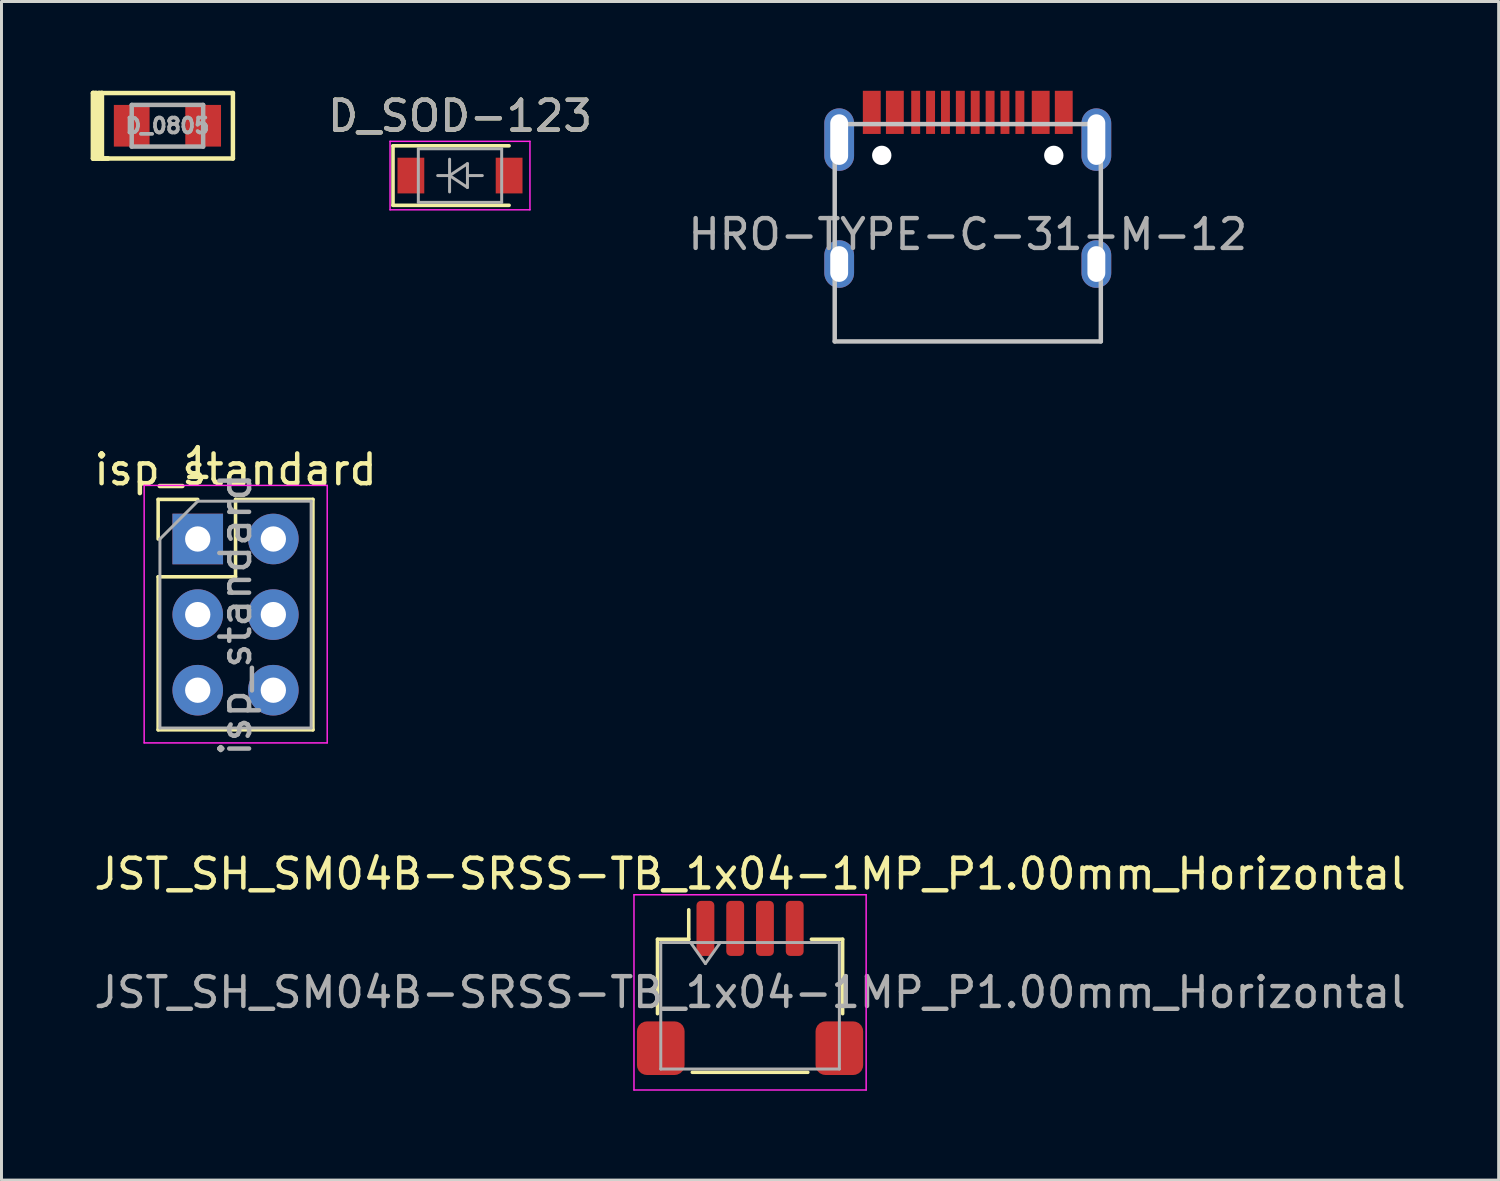
<source format=kicad_pcb>
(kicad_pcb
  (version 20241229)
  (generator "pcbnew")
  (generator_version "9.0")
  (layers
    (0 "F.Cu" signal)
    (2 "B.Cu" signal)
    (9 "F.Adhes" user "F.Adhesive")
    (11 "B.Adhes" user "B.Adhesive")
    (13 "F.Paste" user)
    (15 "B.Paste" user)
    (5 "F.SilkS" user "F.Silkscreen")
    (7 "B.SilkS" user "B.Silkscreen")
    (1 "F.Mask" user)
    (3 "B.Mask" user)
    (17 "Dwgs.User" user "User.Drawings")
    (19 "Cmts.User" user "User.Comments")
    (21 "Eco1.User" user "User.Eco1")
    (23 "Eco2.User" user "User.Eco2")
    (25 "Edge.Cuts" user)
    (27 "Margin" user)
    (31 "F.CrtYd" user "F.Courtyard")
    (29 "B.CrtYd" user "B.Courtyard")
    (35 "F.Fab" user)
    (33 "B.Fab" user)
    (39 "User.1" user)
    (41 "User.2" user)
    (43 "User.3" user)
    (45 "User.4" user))
  (footprint "HRO-TYPE-C-31-M-12"
    (layer "F.Cu")
    (at 29.463 8.42)
    (property "Reference" "HRO-TYPE-C-31-M-12" (at 0 -3.597 0) (layer "F.Fab") (effects (font (size 1 1) (thickness 0.15))))
    (attr through_hole)
    (fp_line (start -4.47 -7.3) (end 4.47 -7.3) (stroke (width 0.15) (type solid)) (layer "Dwgs.User"))
    (fp_line (start -4.47 0) (end -4.47 -7.3) (stroke (width 0.15) (type solid)) (layer "Dwgs.User"))
    (fp_line (start -4.47 0) (end 4.47 0) (stroke (width 0.15) (type solid)) (layer "Dwgs.User"))
    (fp_line (start 4.47 0) (end 4.47 -7.3) (stroke (width 0.15) (type solid)) (layer "Dwgs.User"))
    (pad "" np_thru_hole circle (at -2.89 -6.25 180) (size 0.65 0.65) (drill 0.65) (layers "*.Cu" "*.Mask"))
    (pad "" np_thru_hole circle (at 2.89 -6.25 180) (size 0.65 0.65) (drill 0.65) (layers "*.Cu" "*.Mask"))
    (pad "1" smd rect (at -3.225 -7.695 180) (size 0.6 1.45) (layers "F.Cu" "F.Mask" "F.Paste"))
    (pad "2" smd rect (at -2.45 -7.695 180) (size 0.6 1.45) (layers "F.Cu" "F.Mask" "F.Paste"))
    (pad "3" smd rect (at -1.75 -7.695 180) (size 0.3 1.45) (layers "F.Cu" "F.Mask" "F.Paste"))
    (pad "4" smd rect (at -1.25 -7.695 180) (size 0.3 1.45) (layers "F.Cu" "F.Mask" "F.Paste"))
    (pad "5" smd rect (at -0.75 -7.695 180) (size 0.3 1.45) (layers "F.Cu" "F.Mask" "F.Paste"))
    (pad "6" smd rect (at -0.25 -7.695 180) (size 0.3 1.45) (layers "F.Cu" "F.Mask" "F.Paste"))
    (pad "7" smd rect (at 0.25 -7.695 180) (size 0.3 1.45) (layers "F.Cu" "F.Mask" "F.Paste"))
    (pad "8" smd rect (at 0.75 -7.695 180) (size 0.3 1.45) (layers "F.Cu" "F.Mask" "F.Paste"))
    (pad "9" smd rect (at 1.25 -7.695 180) (size 0.3 1.45) (layers "F.Cu" "F.Mask" "F.Paste"))
    (pad "10" smd rect (at 1.75 -7.695 180) (size 0.3 1.45) (layers "F.Cu" "F.Mask" "F.Paste"))
    (pad "11" smd rect (at 2.45 -7.695 180) (size 0.6 1.45) (layers "F.Cu" "F.Mask" "F.Paste"))
    (pad "12" smd rect (at 3.225 -7.695 180) (size 0.6 1.45) (layers "F.Cu" "F.Mask" "F.Paste"))
    (pad "13" thru_hole oval (at -4.32 -6.78 180) (size 1 2.1) (drill oval 0.6 1.7) (layers "*.Cu" "*.Mask"))
    (pad "13" thru_hole oval (at -4.32 -2.6 180) (size 1 1.6) (drill oval 0.6 1.2) (layers "*.Cu" "*.Mask"))
    (pad "13" thru_hole oval (at 4.32 -6.78 180) (size 1 2.1) (drill oval 0.6 1.7) (layers "*.Cu" "*.Mask"))
    (pad "13" thru_hole oval (at 4.32 -2.6 180) (size 1 1.6) (drill oval 0.6 1.2) (layers "*.Cu" "*.Mask")))
  (footprint "isp_standard"
    (layer "F.Cu")
    (at 4.863 17.598)
    (property "Reference" "isp_standard" (at 0 -4.87 180) (layer "F.SilkS") (effects (font (size 1 1) (thickness 0.15))))
    (attr through_hole)
    (fp_line (start -2.6 -3.87) (end -1.27 -3.87) (stroke (width 0.12) (type solid)) (layer "F.SilkS"))
    (fp_line (start -2.6 -2.54) (end -2.6 -3.87) (stroke (width 0.12) (type solid)) (layer "F.SilkS"))
    (fp_line (start -2.6 -1.27) (end -2.6 3.87) (stroke (width 0.12) (type solid)) (layer "F.SilkS"))
    (fp_line (start -2.6 -1.27) (end 0 -1.27) (stroke (width 0.12) (type solid)) (layer "F.SilkS"))
    (fp_line (start -2.6 3.87) (end 2.6 3.87) (stroke (width 0.12) (type solid)) (layer "F.SilkS"))
    (fp_line (start 0 -3.87) (end 2.6 -3.87) (stroke (width 0.12) (type solid)) (layer "F.SilkS"))
    (fp_line (start 0 -1.27) (end 0 -3.87) (stroke (width 0.12) (type solid)) (layer "F.SilkS"))
    (fp_line (start 2.6 -3.87) (end 2.6 3.87) (stroke (width 0.12) (type solid)) (layer "F.SilkS"))
    (fp_line (start -3.07 -4.34) (end -3.07 4.31) (stroke (width 0.05) (type solid)) (layer "F.CrtYd"))
    (fp_line (start -3.07 4.31) (end 3.08 4.31) (stroke (width 0.05) (type solid)) (layer "F.CrtYd"))
    (fp_line (start 3.08 -4.34) (end -3.07 -4.34) (stroke (width 0.05) (type solid)) (layer "F.CrtYd"))
    (fp_line (start 3.08 4.31) (end 3.08 -4.34) (stroke (width 0.05) (type solid)) (layer "F.CrtYd"))
    (fp_line (start -2.54 -2.54) (end -1.27 -3.81) (stroke (width 0.1) (type solid)) (layer "F.Fab"))
    (fp_line (start -2.54 3.81) (end -2.54 -2.54) (stroke (width 0.1) (type solid)) (layer "F.Fab"))
    (fp_line (start -1.27 -3.81) (end 2.54 -3.81) (stroke (width 0.1) (type solid)) (layer "F.Fab"))
    (fp_line (start 2.54 -3.81) (end 2.54 3.81) (stroke (width 0.1) (type solid)) (layer "F.Fab"))
    (fp_line (start 2.54 3.81) (end -2.54 3.81) (stroke (width 0.1) (type solid)) (layer "F.Fab"))
    (fp_text user "1" (at -1.27 -5.08 0) (layer "F.SilkS") (effects (font (size 1 1) (thickness 0.15))))
    (fp_text user "${REFERENCE}" (at 0 0 90) (layer "F.Fab") (effects (font (size 1 1) (thickness 0.15))))
    (pad "1" thru_hole rect (at -1.27 -2.54 180) (size 1.7 1.7) (drill 0.85) (layers "*.Cu" "*.Mask"))
    (pad "2" thru_hole oval (at 1.27 -2.54 180) (size 1.7 1.7) (drill 0.85) (layers "*.Cu" "*.Mask"))
    (pad "3" thru_hole oval (at -1.27 0 180) (size 1.7 1.7) (drill 0.85) (layers "*.Cu" "*.Mask"))
    (pad "4" thru_hole oval (at 1.27 0 180) (size 1.7 1.7) (drill 0.85) (layers "*.Cu" "*.Mask"))
    (pad "5" thru_hole oval (at -1.27 2.54 180) (size 1.7 1.7) (drill 0.85) (layers "*.Cu" "*.Mask"))
    (pad "6" thru_hole oval (at 1.27 2.54 180) (size 1.7 1.7) (drill 0.85) (layers "*.Cu" "*.Mask")))
  (footprint "JST_SH_SM04B-SRSS-TB_1x04-1MP_P1.00mm_Horizontal"
    (layer "F.Cu")
    (at 22.149 30.29)
    (property "Reference" "JST_SH_SM04B-SRSS-TB_1x04-1MP_P1.00mm_Horizontal" (at 0 -3.98 180) (layer "F.SilkS") (effects (font (size 1 1) (thickness 0.15))))
    (attr smd)
    (fp_line (start -3.11 -1.785) (end -2.06 -1.785) (stroke (width 0.12) (type solid)) (layer "F.SilkS"))
    (fp_line (start -3.11 0.715) (end -3.11 -1.785) (stroke (width 0.12) (type solid)) (layer "F.SilkS"))
    (fp_line (start -2.06 -1.785) (end -2.06 -2.775) (stroke (width 0.12) (type solid)) (layer "F.SilkS"))
    (fp_line (start -1.94 2.685) (end 1.94 2.685) (stroke (width 0.12) (type solid)) (layer "F.SilkS"))
    (fp_line (start 3.11 -1.785) (end 2.06 -1.785) (stroke (width 0.12) (type solid)) (layer "F.SilkS"))
    (fp_line (start 3.11 0.715) (end 3.11 -1.785) (stroke (width 0.12) (type solid)) (layer "F.SilkS"))
    (fp_line (start -3.9 -3.28) (end -3.9 3.28) (stroke (width 0.05) (type solid)) (layer "F.CrtYd"))
    (fp_line (start -3.9 3.28) (end 3.9 3.28) (stroke (width 0.05) (type solid)) (layer "F.CrtYd"))
    (fp_line (start 3.9 -3.28) (end -3.9 -3.28) (stroke (width 0.05) (type solid)) (layer "F.CrtYd"))
    (fp_line (start 3.9 3.28) (end 3.9 -3.28) (stroke (width 0.05) (type solid)) (layer "F.CrtYd"))
    (fp_line (start -3 -1.675) (end -3 2.575) (stroke (width 0.1) (type solid)) (layer "F.Fab"))
    (fp_line (start -3 -1.675) (end 3 -1.675) (stroke (width 0.1) (type solid)) (layer "F.Fab"))
    (fp_line (start -3 2.575) (end 3 2.575) (stroke (width 0.1) (type solid)) (layer "F.Fab"))
    (fp_line (start -2 -1.675) (end -1.5 -0.968) (stroke (width 0.1) (type solid)) (layer "F.Fab"))
    (fp_line (start -1.5 -0.968) (end -1 -1.675) (stroke (width 0.1) (type solid)) (layer "F.Fab"))
    (fp_line (start 3 -1.675) (end 3 2.575) (stroke (width 0.1) (type solid)) (layer "F.Fab"))
    (fp_text user "${REFERENCE}" (at 0 0 180) (layer "F.Fab") (effects (font (size 1 1) (thickness 0.15))))
    (pad "1" smd roundrect (at -1.5 -2.15 180) (size 0.6 1.85) (layers "F.Cu" "F.Mask" "F.Paste") (roundrect_rratio 0.25))
    (pad "2" smd roundrect (at -0.5 -2.15 180) (size 0.6 1.85) (layers "F.Cu" "F.Mask" "F.Paste") (roundrect_rratio 0.25))
    (pad "3" smd roundrect (at 0.5 -2.15 180) (size 0.6 1.85) (layers "F.Cu" "F.Mask" "F.Paste") (roundrect_rratio 0.25))
    (pad "4" smd roundrect (at 1.5 -2.15 180) (size 0.6 1.85) (layers "F.Cu" "F.Mask" "F.Paste") (roundrect_rratio 0.25))
    (pad "MP" smd roundrect (at -3 1.875 180) (size 1.6 1.8) (layers "F.Cu" "F.Mask" "F.Paste") (roundrect_rratio 0.208))
    (pad "MP" smd roundrect (at 3 1.875 180) (size 1.6 1.8) (layers "F.Cu" "F.Mask" "F.Paste") (roundrect_rratio 0.208)))
  (footprint "D_0805"
    (layer "F.Cu")
    (at 2.575 1.175)
    (property "Reference" "D_0805" (at 0 0 0) (layer "F.Fab") (effects (font (size 0.5 0.5) (thickness 0.125))))
    (attr smd)
    (fp_line (start -2.5 -1.1) (end -2.5 1.1) (stroke (width 0.15) (type solid)) (layer "F.SilkS"))
    (fp_line (start -2.5 -1.1) (end -2.2 -1.1) (stroke (width 0.15) (type solid)) (layer "F.SilkS"))
    (fp_line (start -2.5 1.1) (end -2.5 -1.1) (stroke (width 0.15) (type solid)) (layer "F.SilkS"))
    (fp_line (start -2.5 1.1) (end -2 1.1) (stroke (width 0.15) (type solid)) (layer "F.SilkS"))
    (fp_line (start -2.4 -1.1) (end -2.5 -1.1) (stroke (width 0.15) (type solid)) (layer "F.SilkS"))
    (fp_line (start -2.4 1.1) (end -2.4 -1.1) (stroke (width 0.15) (type solid)) (layer "F.SilkS"))
    (fp_line (start -2.3 -1.1) (end -2.3 1.1) (stroke (width 0.15) (type solid)) (layer "F.SilkS"))
    (fp_line (start -2.3 1.1) (end -2.4 1.1) (stroke (width 0.15) (type solid)) (layer "F.SilkS"))
    (fp_line (start -2.2 -1.1) (end -2.3 -1.1) (stroke (width 0.15) (type solid)) (layer "F.SilkS"))
    (fp_line (start -2.2 -1.1) (end 2.2 -1.1) (stroke (width 0.15) (type solid)) (layer "F.SilkS"))
    (fp_line (start -2.2 1.1) (end -2.2 -1.1) (stroke (width 0.15) (type solid)) (layer "F.SilkS"))
    (fp_line (start -2 1.1) (end -2.5 1.1) (stroke (width 0.15) (type solid)) (layer "F.SilkS"))
    (fp_line (start 2.2 -1.1) (end 2.2 1.1) (stroke (width 0.15) (type solid)) (layer "F.SilkS"))
    (fp_line (start 2.2 1.1) (end -2.2 1.1) (stroke (width 0.15) (type solid)) (layer "F.SilkS"))
    (fp_line (start -1.2 -0.7) (end -1.2 0.7) (stroke (width 0.15) (type solid)) (layer "F.Fab"))
    (fp_line (start -1.2 -0.7) (end 1.2 -0.7) (stroke (width 0.15) (type solid)) (layer "F.Fab"))
    (fp_line (start 1.2 0.7) (end -1.2 0.7) (stroke (width 0.15) (type solid)) (layer "F.Fab"))
    (fp_line (start 1.2 0.7) (end 1.2 -0.7) (stroke (width 0.15) (type solid)) (layer "F.Fab"))
    (pad "1" smd rect (at -1.2 0 180) (size 1.2 1.4) (layers "F.Cu" "F.Mask" "F.Paste"))
    (pad "2" smd rect (at 1.2 0 180) (size 1.2 1.4) (layers "F.Cu" "F.Mask" "F.Paste")))
  (footprint "D_SOD-123"
    (layer "F.Cu")
    (at 12.404 2.848)
    (property "Reference" "D_SOD-123" (at 0 -2 0) (layer "F.SilkS") (effects (font (size 1 1) (thickness 0.15))))
    (attr smd)
    (fp_line (start -2.25 -1) (end -2.25 1) (stroke (width 0.12) (type solid)) (layer "F.SilkS"))
    (fp_line (start -2.25 -1) (end 1.65 -1) (stroke (width 0.12) (type solid)) (layer "F.SilkS"))
    (fp_line (start -2.25 1) (end 1.65 1) (stroke (width 0.12) (type solid)) (layer "F.SilkS"))
    (fp_line (start -2.35 -1.15) (end -2.35 1.15) (stroke (width 0.05) (type solid)) (layer "F.CrtYd"))
    (fp_line (start -2.35 -1.15) (end 2.35 -1.15) (stroke (width 0.05) (type solid)) (layer "F.CrtYd"))
    (fp_line (start 2.35 -1.15) (end 2.35 1.15) (stroke (width 0.05) (type solid)) (layer "F.CrtYd"))
    (fp_line (start 2.35 1.15) (end -2.35 1.15) (stroke (width 0.05) (type solid)) (layer "F.CrtYd"))
    (fp_line (start -1.4 -0.9) (end 1.4 -0.9) (stroke (width 0.1) (type solid)) (layer "F.Fab"))
    (fp_line (start -1.4 0.9) (end -1.4 -0.9) (stroke (width 0.1) (type solid)) (layer "F.Fab"))
    (fp_line (start -0.75 0) (end -0.35 0) (stroke (width 0.1) (type solid)) (layer "F.Fab"))
    (fp_line (start -0.35 0) (end -0.35 -0.55) (stroke (width 0.1) (type solid)) (layer "F.Fab"))
    (fp_line (start -0.35 0) (end -0.35 0.55) (stroke (width 0.1) (type solid)) (layer "F.Fab"))
    (fp_line (start -0.35 0) (end 0.25 -0.4) (stroke (width 0.1) (type solid)) (layer "F.Fab"))
    (fp_line (start 0.25 -0.4) (end 0.25 0.4) (stroke (width 0.1) (type solid)) (layer "F.Fab"))
    (fp_line (start 0.25 0) (end 0.75 0) (stroke (width 0.1) (type solid)) (layer "F.Fab"))
    (fp_line (start 0.25 0.4) (end -0.35 0) (stroke (width 0.1) (type solid)) (layer "F.Fab"))
    (fp_line (start 1.4 -0.9) (end 1.4 0.9) (stroke (width 0.1) (type solid)) (layer "F.Fab"))
    (fp_line (start 1.4 0.9) (end -1.4 0.9) (stroke (width 0.1) (type solid)) (layer "F.Fab"))
    (fp_text user "${REFERENCE}" (at 0 -2 0) (layer "F.Fab") (effects (font (size 1 1) (thickness 0.15))))
    (pad "1" smd rect (at -1.65 0) (size 0.9 1.2) (layers "F.Cu" "F.Mask" "F.Paste"))
    (pad "2" smd rect (at 1.65 0) (size 0.9 1.2) (layers "F.Cu" "F.Mask" "F.Paste")))
  (gr_rect
    (start -3 -3)
    (end 47.298 36.595)
    (stroke (width 0.1) (type default))
    (fill no)
    (layer "Edge.Cuts")))
</source>
